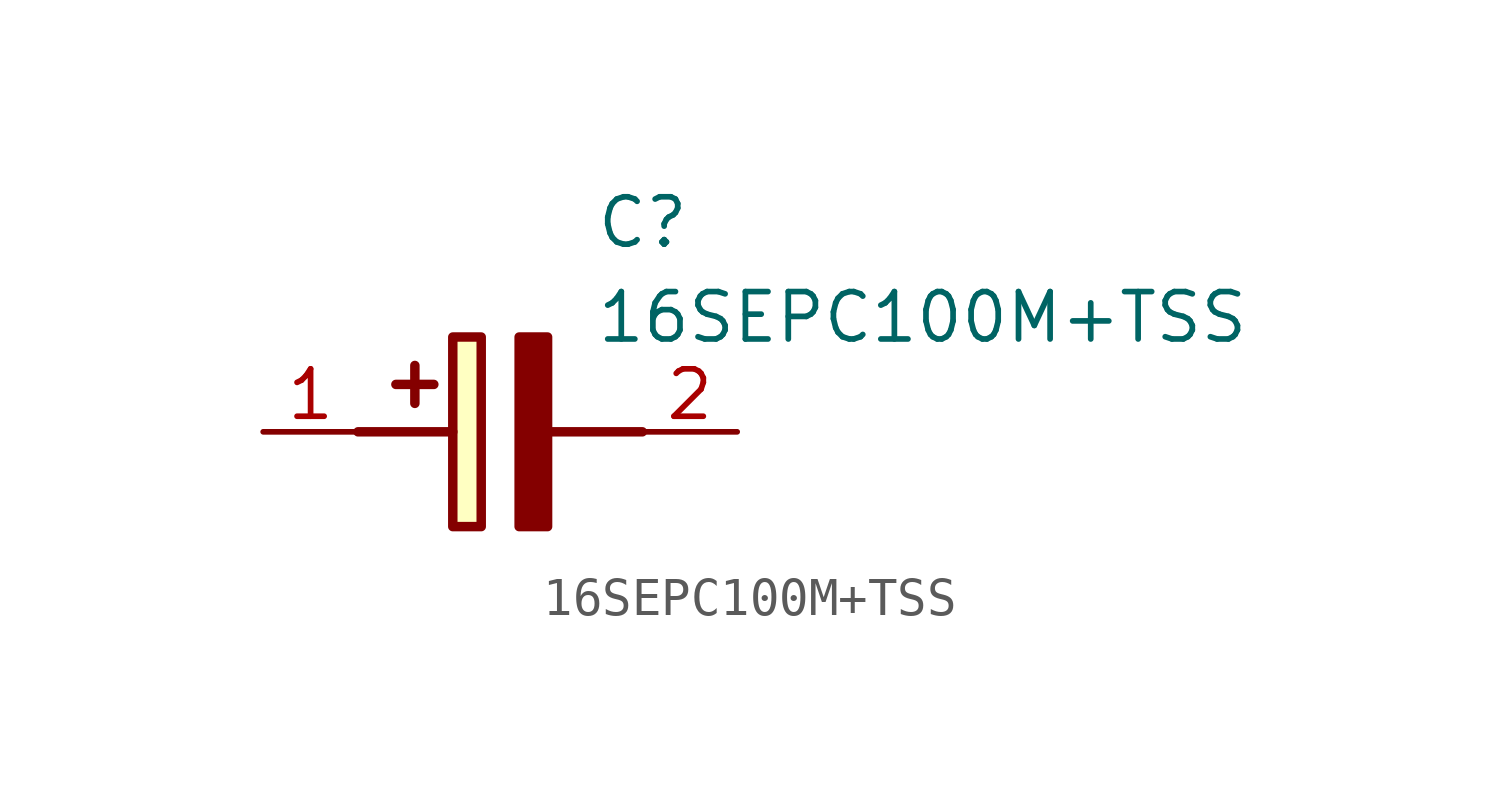
<source format=kicad_sym>
(kicad_symbol_lib
  (version 20211014)
  (generator SamacSys_ECAD_Model)
  (symbol "16SEPC100M+TSS"
    (pin_names hide)
    (property "Reference" "C"
      (at 8.89 6.35 0)
      (effects (font (size 1.27 1.27)) (justify left top)))
    (property "Value" "16SEPC100M+TSS"
      (at 8.89 3.81 0)
      (effects (font (size 1.27 1.27)) (justify left top)))
    (rectangle
      (start 5.08 2.54)
      (end 5.842 -2.54)
      (stroke (width 0.254) (type default))
      (fill (type background)))
    (polyline
      (pts (xy 4.572 1.27) (xy 3.556 1.27))
      (stroke (width 0.254) (type default))
      (fill (type none)))
    (polyline
      (pts (xy 4.064 1.778) (xy 4.064 0.762))
      (stroke (width 0.254) (type default))
      (fill (type none)))
    (polyline
      (pts (xy 2.54 0) (xy 5.08 0))
      (stroke (width 0.254) (type default))
      (fill (type none)))
    (polyline
      (pts (xy 7.62 0) (xy 10.16 0))
      (stroke (width 0.254) (type default))
      (fill (type none)))
    (polyline
      (pts (xy 7.62 2.54) (xy 7.62 -2.54) (xy 6.858 -2.54) (xy 6.858 2.54) (xy 7.62 2.54))
      (stroke (width 0.254) (type default))
      (fill (type outline)))
    (pin passive line
      (at 0 0 0)
      (length 2.54)
      (name "+" (effects (font (size 1.27 1.27))))
      (number "1" (effects (font (size 1.27 1.27)))))
    (pin passive line
      (at 12.7 0 180)
      (length 2.54)
      (name "-" (effects (font (size 1.27 1.27))))
      (number "2" (effects (font (size 1.27 1.27)))))))
</source>
